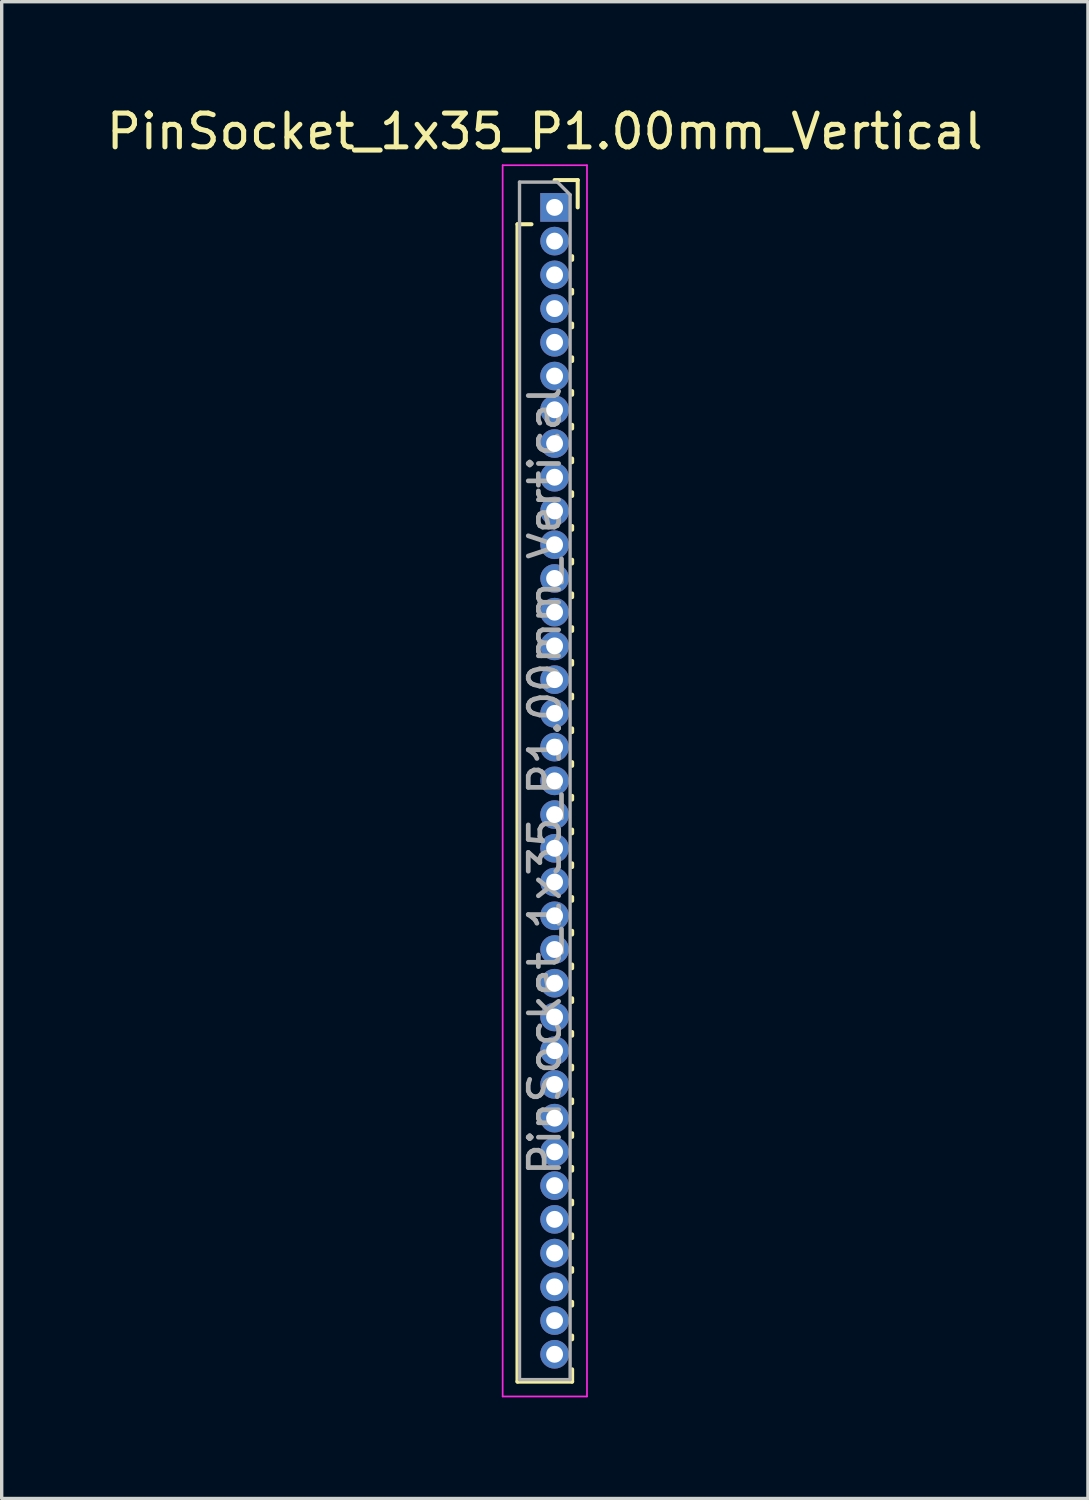
<source format=kicad_pcb>
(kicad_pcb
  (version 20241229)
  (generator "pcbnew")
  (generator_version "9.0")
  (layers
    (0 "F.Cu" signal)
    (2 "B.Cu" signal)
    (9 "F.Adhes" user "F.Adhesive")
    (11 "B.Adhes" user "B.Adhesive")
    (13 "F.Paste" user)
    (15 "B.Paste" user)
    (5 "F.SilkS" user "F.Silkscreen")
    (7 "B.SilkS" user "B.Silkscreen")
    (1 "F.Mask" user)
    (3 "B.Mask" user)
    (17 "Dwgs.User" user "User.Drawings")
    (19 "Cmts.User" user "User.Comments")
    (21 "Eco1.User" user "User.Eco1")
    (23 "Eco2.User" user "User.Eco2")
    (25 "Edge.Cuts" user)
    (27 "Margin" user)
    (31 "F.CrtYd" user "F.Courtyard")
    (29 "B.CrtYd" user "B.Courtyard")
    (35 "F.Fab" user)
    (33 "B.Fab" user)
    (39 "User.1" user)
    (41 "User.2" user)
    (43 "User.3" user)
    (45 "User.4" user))
  (footprint "PinSocket_1x35_P1.00mm_Vertical"
    (layer "F.Cu")
    (at 13.391 3.098)
    (property "Reference" "PinSocket_1x35_P1.00mm_Vertical" (at -0.29 -2.25 0) (layer "F.SilkS") (effects (font (size 1 1) (thickness 0.15))))
    (attr through_hole)
    (fp_line (start -1.1 0.5) (end -1.1 34.81) (stroke (width 0.12) (type solid)) (layer "F.SilkS"))
    (fp_line (start -1.1 0.5) (end -0.685 0.5) (stroke (width 0.12) (type solid)) (layer "F.SilkS"))
    (fp_line (start -1.1 34.81) (end 0.52 34.81) (stroke (width 0.12) (type solid)) (layer "F.SilkS"))
    (fp_line (start 0 -0.81) (end 0.685 -0.81) (stroke (width 0.12) (type solid)) (layer "F.SilkS"))
    (fp_line (start 0.52 1.446) (end 0.52 1.554) (stroke (width 0.12) (type solid)) (layer "F.SilkS"))
    (fp_line (start 0.52 2.446) (end 0.52 2.554) (stroke (width 0.12) (type solid)) (layer "F.SilkS"))
    (fp_line (start 0.52 3.446) (end 0.52 3.554) (stroke (width 0.12) (type solid)) (layer "F.SilkS"))
    (fp_line (start 0.52 4.446) (end 0.52 4.554) (stroke (width 0.12) (type solid)) (layer "F.SilkS"))
    (fp_line (start 0.52 5.446) (end 0.52 5.554) (stroke (width 0.12) (type solid)) (layer "F.SilkS"))
    (fp_line (start 0.52 6.446) (end 0.52 6.554) (stroke (width 0.12) (type solid)) (layer "F.SilkS"))
    (fp_line (start 0.52 7.446) (end 0.52 7.554) (stroke (width 0.12) (type solid)) (layer "F.SilkS"))
    (fp_line (start 0.52 8.446) (end 0.52 8.554) (stroke (width 0.12) (type solid)) (layer "F.SilkS"))
    (fp_line (start 0.52 9.446) (end 0.52 9.554) (stroke (width 0.12) (type solid)) (layer "F.SilkS"))
    (fp_line (start 0.52 10.446) (end 0.52 10.554) (stroke (width 0.12) (type solid)) (layer "F.SilkS"))
    (fp_line (start 0.52 11.446) (end 0.52 11.554) (stroke (width 0.12) (type solid)) (layer "F.SilkS"))
    (fp_line (start 0.52 12.446) (end 0.52 12.554) (stroke (width 0.12) (type solid)) (layer "F.SilkS"))
    (fp_line (start 0.52 13.446) (end 0.52 13.554) (stroke (width 0.12) (type solid)) (layer "F.SilkS"))
    (fp_line (start 0.52 14.446) (end 0.52 14.554) (stroke (width 0.12) (type solid)) (layer "F.SilkS"))
    (fp_line (start 0.52 15.446) (end 0.52 15.554) (stroke (width 0.12) (type solid)) (layer "F.SilkS"))
    (fp_line (start 0.52 16.446) (end 0.52 16.554) (stroke (width 0.12) (type solid)) (layer "F.SilkS"))
    (fp_line (start 0.52 17.446) (end 0.52 17.554) (stroke (width 0.12) (type solid)) (layer "F.SilkS"))
    (fp_line (start 0.52 18.446) (end 0.52 18.554) (stroke (width 0.12) (type solid)) (layer "F.SilkS"))
    (fp_line (start 0.52 19.446) (end 0.52 19.554) (stroke (width 0.12) (type solid)) (layer "F.SilkS"))
    (fp_line (start 0.52 20.446) (end 0.52 20.554) (stroke (width 0.12) (type solid)) (layer "F.SilkS"))
    (fp_line (start 0.52 21.446) (end 0.52 21.554) (stroke (width 0.12) (type solid)) (layer "F.SilkS"))
    (fp_line (start 0.52 22.446) (end 0.52 22.554) (stroke (width 0.12) (type solid)) (layer "F.SilkS"))
    (fp_line (start 0.52 23.446) (end 0.52 23.554) (stroke (width 0.12) (type solid)) (layer "F.SilkS"))
    (fp_line (start 0.52 24.446) (end 0.52 24.554) (stroke (width 0.12) (type solid)) (layer "F.SilkS"))
    (fp_line (start 0.52 25.446) (end 0.52 25.554) (stroke (width 0.12) (type solid)) (layer "F.SilkS"))
    (fp_line (start 0.52 26.446) (end 0.52 26.554) (stroke (width 0.12) (type solid)) (layer "F.SilkS"))
    (fp_line (start 0.52 27.446) (end 0.52 27.554) (stroke (width 0.12) (type solid)) (layer "F.SilkS"))
    (fp_line (start 0.52 28.446) (end 0.52 28.554) (stroke (width 0.12) (type solid)) (layer "F.SilkS"))
    (fp_line (start 0.52 29.446) (end 0.52 29.554) (stroke (width 0.12) (type solid)) (layer "F.SilkS"))
    (fp_line (start 0.52 30.446) (end 0.52 30.554) (stroke (width 0.12) (type solid)) (layer "F.SilkS"))
    (fp_line (start 0.52 31.446) (end 0.52 31.554) (stroke (width 0.12) (type solid)) (layer "F.SilkS"))
    (fp_line (start 0.52 32.446) (end 0.52 32.554) (stroke (width 0.12) (type solid)) (layer "F.SilkS"))
    (fp_line (start 0.52 33.446) (end 0.52 33.554) (stroke (width 0.12) (type solid)) (layer "F.SilkS"))
    (fp_line (start 0.52 34.446) (end 0.52 34.81) (stroke (width 0.12) (type solid)) (layer "F.SilkS"))
    (fp_line (start 0.685 -0.81) (end 0.685 0) (stroke (width 0.12) (type solid)) (layer "F.SilkS"))
    (fp_line (start -1.54 -1.25) (end 0.96 -1.25) (stroke (width 0.05) (type solid)) (layer "F.CrtYd"))
    (fp_line (start -1.54 35.25) (end -1.54 -1.25) (stroke (width 0.05) (type solid)) (layer "F.CrtYd"))
    (fp_line (start 0.96 -1.25) (end 0.96 35.25) (stroke (width 0.05) (type solid)) (layer "F.CrtYd"))
    (fp_line (start 0.96 35.25) (end -1.54 35.25) (stroke (width 0.05) (type solid)) (layer "F.CrtYd"))
    (fp_line (start -1.04 -0.75) (end 0.085 -0.75) (stroke (width 0.1) (type solid)) (layer "F.Fab"))
    (fp_line (start -1.04 34.75) (end -1.04 -0.75) (stroke (width 0.1) (type solid)) (layer "F.Fab"))
    (fp_line (start 0.085 -0.75) (end 0.46 -0.375) (stroke (width 0.1) (type solid)) (layer "F.Fab"))
    (fp_line (start 0.46 -0.375) (end 0.46 34.75) (stroke (width 0.1) (type solid)) (layer "F.Fab"))
    (fp_line (start 0.46 34.75) (end -1.04 34.75) (stroke (width 0.1) (type solid)) (layer "F.Fab"))
    (fp_text user "${REFERENCE}" (at -0.29 17 90) (layer "F.Fab") (effects (font (size 0.9 0.9) (thickness 0.14))))
    (pad "1" thru_hole rect (at 0 0) (size 0.85 0.85) (drill 0.5) (layers "*.Cu" "*.Mask"))
    (pad "2" thru_hole oval (at 0 1) (size 0.85 0.85) (drill 0.5) (layers "*.Cu" "*.Mask"))
    (pad "3" thru_hole oval (at 0 2) (size 0.85 0.85) (drill 0.5) (layers "*.Cu" "*.Mask"))
    (pad "4" thru_hole oval (at 0 3) (size 0.85 0.85) (drill 0.5) (layers "*.Cu" "*.Mask"))
    (pad "5" thru_hole oval (at 0 4) (size 0.85 0.85) (drill 0.5) (layers "*.Cu" "*.Mask"))
    (pad "6" thru_hole oval (at 0 5) (size 0.85 0.85) (drill 0.5) (layers "*.Cu" "*.Mask"))
    (pad "7" thru_hole oval (at 0 6) (size 0.85 0.85) (drill 0.5) (layers "*.Cu" "*.Mask"))
    (pad "8" thru_hole oval (at 0 7) (size 0.85 0.85) (drill 0.5) (layers "*.Cu" "*.Mask"))
    (pad "9" thru_hole oval (at 0 8) (size 0.85 0.85) (drill 0.5) (layers "*.Cu" "*.Mask"))
    (pad "10" thru_hole oval (at 0 9) (size 0.85 0.85) (drill 0.5) (layers "*.Cu" "*.Mask"))
    (pad "11" thru_hole oval (at 0 10) (size 0.85 0.85) (drill 0.5) (layers "*.Cu" "*.Mask"))
    (pad "12" thru_hole oval (at 0 11) (size 0.85 0.85) (drill 0.5) (layers "*.Cu" "*.Mask"))
    (pad "13" thru_hole oval (at 0 12) (size 0.85 0.85) (drill 0.5) (layers "*.Cu" "*.Mask"))
    (pad "14" thru_hole oval (at 0 13) (size 0.85 0.85) (drill 0.5) (layers "*.Cu" "*.Mask"))
    (pad "15" thru_hole oval (at 0 14) (size 0.85 0.85) (drill 0.5) (layers "*.Cu" "*.Mask"))
    (pad "16" thru_hole oval (at 0 15) (size 0.85 0.85) (drill 0.5) (layers "*.Cu" "*.Mask"))
    (pad "17" thru_hole oval (at 0 16) (size 0.85 0.85) (drill 0.5) (layers "*.Cu" "*.Mask"))
    (pad "18" thru_hole oval (at 0 17) (size 0.85 0.85) (drill 0.5) (layers "*.Cu" "*.Mask"))
    (pad "19" thru_hole oval (at 0 18) (size 0.85 0.85) (drill 0.5) (layers "*.Cu" "*.Mask"))
    (pad "20" thru_hole oval (at 0 19) (size 0.85 0.85) (drill 0.5) (layers "*.Cu" "*.Mask"))
    (pad "21" thru_hole oval (at 0 20) (size 0.85 0.85) (drill 0.5) (layers "*.Cu" "*.Mask"))
    (pad "22" thru_hole oval (at 0 21) (size 0.85 0.85) (drill 0.5) (layers "*.Cu" "*.Mask"))
    (pad "23" thru_hole oval (at 0 22) (size 0.85 0.85) (drill 0.5) (layers "*.Cu" "*.Mask"))
    (pad "24" thru_hole oval (at 0 23) (size 0.85 0.85) (drill 0.5) (layers "*.Cu" "*.Mask"))
    (pad "25" thru_hole oval (at 0 24) (size 0.85 0.85) (drill 0.5) (layers "*.Cu" "*.Mask"))
    (pad "26" thru_hole oval (at 0 25) (size 0.85 0.85) (drill 0.5) (layers "*.Cu" "*.Mask"))
    (pad "27" thru_hole oval (at 0 26) (size 0.85 0.85) (drill 0.5) (layers "*.Cu" "*.Mask"))
    (pad "28" thru_hole oval (at 0 27) (size 0.85 0.85) (drill 0.5) (layers "*.Cu" "*.Mask"))
    (pad "29" thru_hole oval (at 0 28) (size 0.85 0.85) (drill 0.5) (layers "*.Cu" "*.Mask"))
    (pad "30" thru_hole oval (at 0 29) (size 0.85 0.85) (drill 0.5) (layers "*.Cu" "*.Mask"))
    (pad "31" thru_hole oval (at 0 30) (size 0.85 0.85) (drill 0.5) (layers "*.Cu" "*.Mask"))
    (pad "32" thru_hole oval (at 0 31) (size 0.85 0.85) (drill 0.5) (layers "*.Cu" "*.Mask"))
    (pad "33" thru_hole oval (at 0 32) (size 0.85 0.85) (drill 0.5) (layers "*.Cu" "*.Mask"))
    (pad "34" thru_hole oval (at 0 33) (size 0.85 0.85) (drill 0.5) (layers "*.Cu" "*.Mask"))
    (pad "35" thru_hole oval (at 0 34) (size 0.85 0.85) (drill 0.5) (layers "*.Cu" "*.Mask")))
  (gr_rect
    (start -3 -3)
    (end 29.202 41.373)
    (stroke (width 0.1) (type default))
    (fill no)
    (layer "Edge.Cuts")))
</source>
